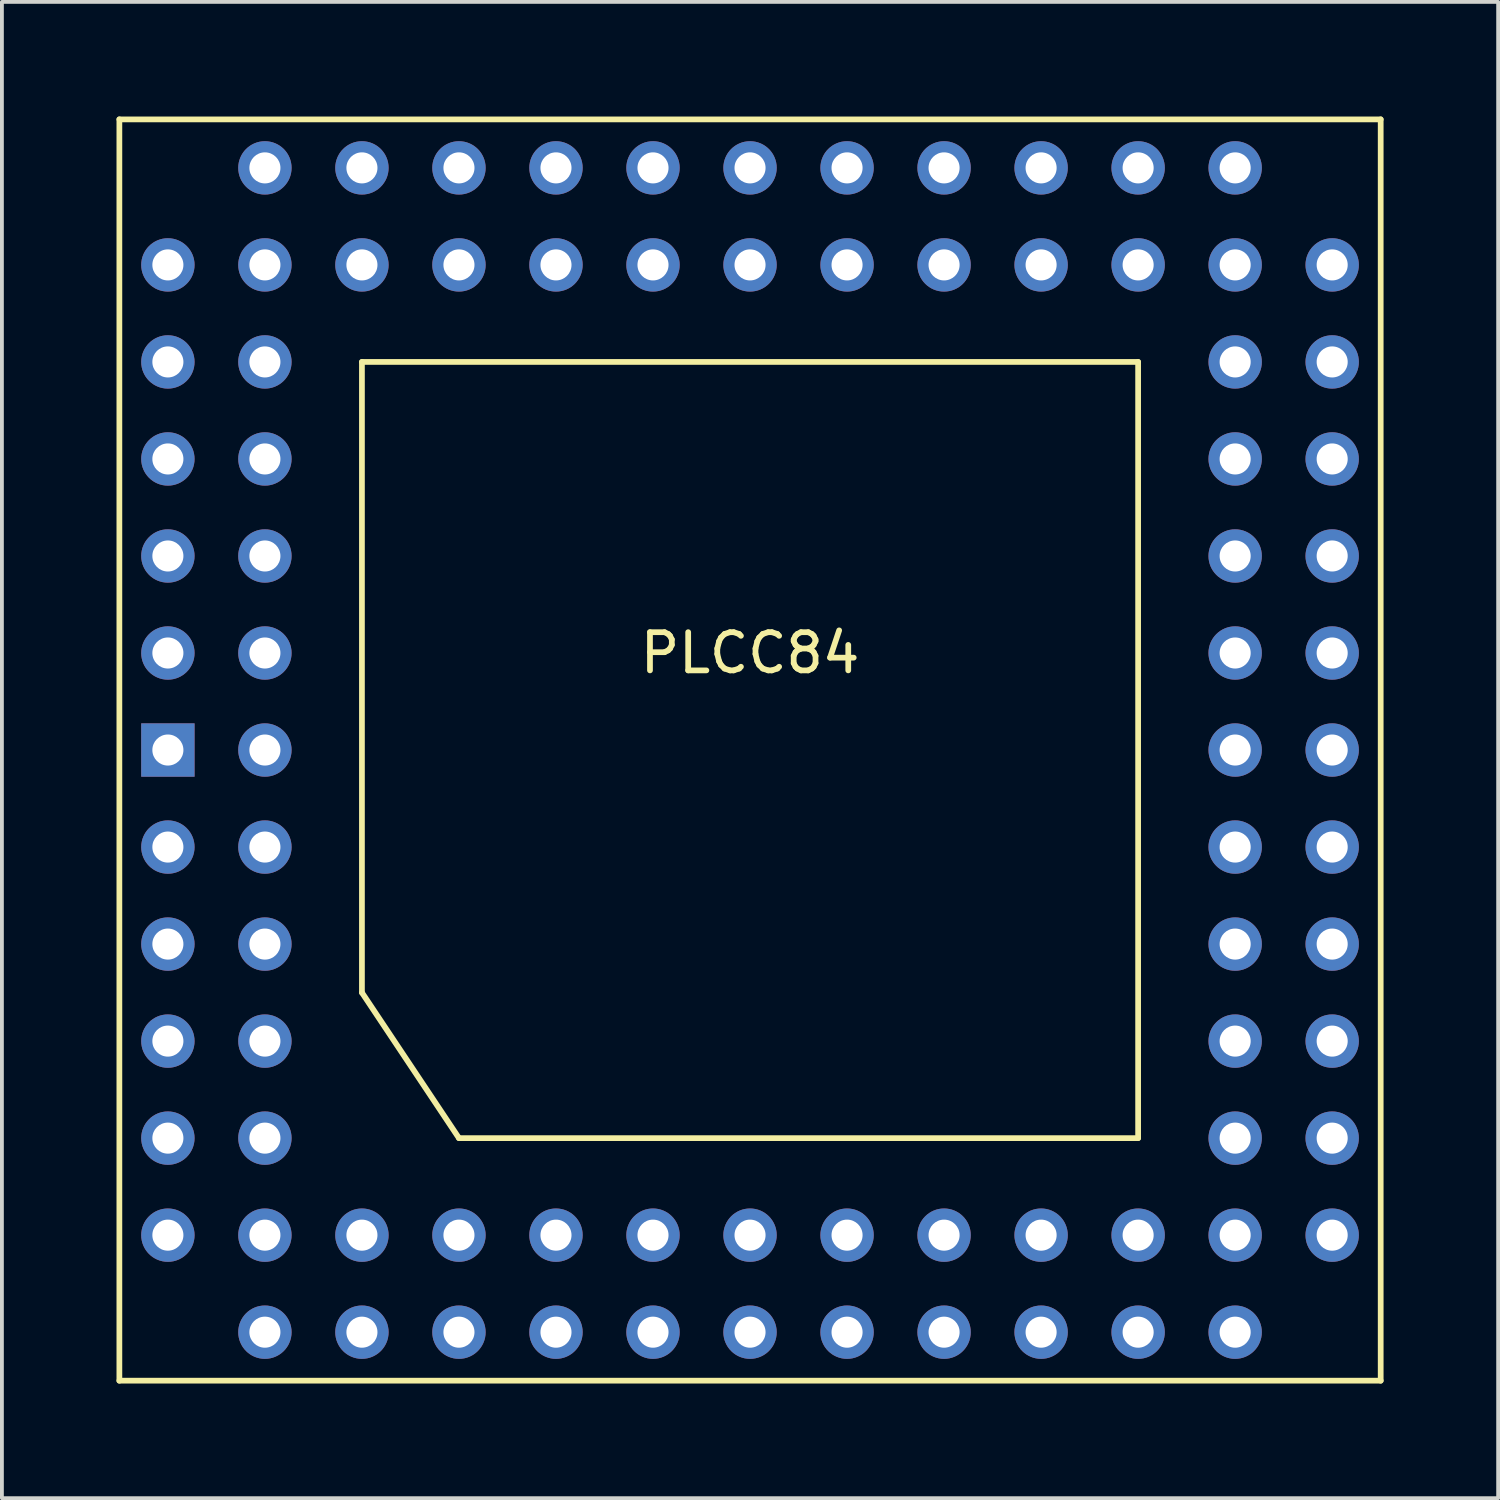
<source format=kicad_pcb>
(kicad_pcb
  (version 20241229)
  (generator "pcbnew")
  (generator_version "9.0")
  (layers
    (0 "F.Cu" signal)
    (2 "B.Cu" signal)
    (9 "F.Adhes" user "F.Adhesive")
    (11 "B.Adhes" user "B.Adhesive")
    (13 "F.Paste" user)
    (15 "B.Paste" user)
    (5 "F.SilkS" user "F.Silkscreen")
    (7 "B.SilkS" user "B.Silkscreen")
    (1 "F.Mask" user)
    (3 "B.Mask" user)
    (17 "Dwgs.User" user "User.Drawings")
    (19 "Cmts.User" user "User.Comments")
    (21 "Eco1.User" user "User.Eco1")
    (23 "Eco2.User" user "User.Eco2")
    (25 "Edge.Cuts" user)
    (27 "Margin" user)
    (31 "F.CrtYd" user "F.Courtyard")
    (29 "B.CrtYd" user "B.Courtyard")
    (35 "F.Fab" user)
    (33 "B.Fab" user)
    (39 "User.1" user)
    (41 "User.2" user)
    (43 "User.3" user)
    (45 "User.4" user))
  (footprint "PLCC84"
    (layer "F.Cu")
    (at 16.585 16.585)
    (property "Reference" "PLCC84" (at 0 -2.54 0) (layer "F.SilkS") (effects (font (size 1 1) (thickness 0.15))))
    (attr through_hole)
    (fp_line (start -16.51 -16.51) (end -16.51 16.51) (stroke (width 0.15) (type solid)) (layer "F.SilkS"))
    (fp_line (start -16.51 16.51) (end 16.51 16.51) (stroke (width 0.15) (type solid)) (layer "F.SilkS"))
    (fp_line (start -10.16 -10.16) (end -10.16 6.35) (stroke (width 0.15) (type solid)) (layer "F.SilkS"))
    (fp_line (start -10.16 6.35) (end -7.62 10.16) (stroke (width 0.15) (type solid)) (layer "F.SilkS"))
    (fp_line (start -7.62 10.16) (end 10.16 10.16) (stroke (width 0.15) (type solid)) (layer "F.SilkS"))
    (fp_line (start 10.16 -10.16) (end -10.16 -10.16) (stroke (width 0.15) (type solid)) (layer "F.SilkS"))
    (fp_line (start 10.16 10.16) (end 10.16 -10.16) (stroke (width 0.15) (type solid)) (layer "F.SilkS"))
    (fp_line (start 16.51 -16.51) (end -16.51 -16.51) (stroke (width 0.15) (type solid)) (layer "F.SilkS"))
    (fp_line (start 16.51 16.51) (end 16.51 -16.51) (stroke (width 0.15) (type solid)) (layer "F.SilkS"))
    (pad "1" thru_hole rect (at -15.24 0) (size 1.397 1.397) (drill 0.813) (layers "*.Cu" "*.Mask"))
    (pad "2" thru_hole circle (at -12.7 0) (size 1.397 1.397) (drill 0.813) (layers "*.Cu" "*.Mask"))
    (pad "3" thru_hole circle (at -15.24 2.54) (size 1.397 1.397) (drill 0.813) (layers "*.Cu" "*.Mask"))
    (pad "4" thru_hole circle (at -12.7 2.54) (size 1.397 1.397) (drill 0.813) (layers "*.Cu" "*.Mask"))
    (pad "5" thru_hole circle (at -15.24 5.08) (size 1.397 1.397) (drill 0.813) (layers "*.Cu" "*.Mask"))
    (pad "6" thru_hole circle (at -12.7 5.08) (size 1.397 1.397) (drill 0.813) (layers "*.Cu" "*.Mask"))
    (pad "7" thru_hole circle (at -15.24 7.62) (size 1.397 1.397) (drill 0.813) (layers "*.Cu" "*.Mask"))
    (pad "8" thru_hole circle (at -12.7 7.62) (size 1.397 1.397) (drill 0.813) (layers "*.Cu" "*.Mask"))
    (pad "9" thru_hole circle (at -15.24 10.16) (size 1.397 1.397) (drill 0.813) (layers "*.Cu" "*.Mask"))
    (pad "10" thru_hole circle (at -12.7 10.16) (size 1.397 1.397) (drill 0.813) (layers "*.Cu" "*.Mask"))
    (pad "11" thru_hole circle (at -15.24 12.7) (size 1.397 1.397) (drill 0.813) (layers "*.Cu" "*.Mask"))
    (pad "12" thru_hole circle (at -12.7 15.24) (size 1.397 1.397) (drill 0.813) (layers "*.Cu" "*.Mask"))
    (pad "13" thru_hole circle (at -12.7 12.7) (size 1.397 1.397) (drill 0.813) (layers "*.Cu" "*.Mask"))
    (pad "14" thru_hole circle (at -10.16 15.24) (size 1.397 1.397) (drill 0.813) (layers "*.Cu" "*.Mask"))
    (pad "15" thru_hole circle (at -10.16 12.7) (size 1.397 1.397) (drill 0.813) (layers "*.Cu" "*.Mask"))
    (pad "16" thru_hole circle (at -7.62 15.24) (size 1.397 1.397) (drill 0.813) (layers "*.Cu" "*.Mask"))
    (pad "17" thru_hole circle (at -7.62 12.7) (size 1.397 1.397) (drill 0.813) (layers "*.Cu" "*.Mask"))
    (pad "18" thru_hole circle (at -5.08 15.24) (size 1.397 1.397) (drill 0.813) (layers "*.Cu" "*.Mask"))
    (pad "19" thru_hole circle (at -5.08 12.7) (size 1.397 1.397) (drill 0.813) (layers "*.Cu" "*.Mask"))
    (pad "20" thru_hole circle (at -2.54 15.24) (size 1.397 1.397) (drill 0.813) (layers "*.Cu" "*.Mask"))
    (pad "21" thru_hole circle (at -2.54 12.7) (size 1.397 1.397) (drill 0.813) (layers "*.Cu" "*.Mask"))
    (pad "22" thru_hole circle (at 0 15.24) (size 1.397 1.397) (drill 0.813) (layers "*.Cu" "*.Mask"))
    (pad "23" thru_hole circle (at 0 12.7) (size 1.397 1.397) (drill 0.813) (layers "*.Cu" "*.Mask"))
    (pad "24" thru_hole circle (at 2.54 15.24) (size 1.397 1.397) (drill 0.813) (layers "*.Cu" "*.Mask"))
    (pad "25" thru_hole circle (at 2.54 12.7) (size 1.397 1.397) (drill 0.813) (layers "*.Cu" "*.Mask"))
    (pad "26" thru_hole circle (at 5.08 15.24) (size 1.397 1.397) (drill 0.813) (layers "*.Cu" "*.Mask"))
    (pad "27" thru_hole circle (at 5.08 12.7) (size 1.397 1.397) (drill 0.813) (layers "*.Cu" "*.Mask"))
    (pad "28" thru_hole circle (at 7.62 15.24) (size 1.397 1.397) (drill 0.813) (layers "*.Cu" "*.Mask"))
    (pad "29" thru_hole circle (at 7.62 12.7) (size 1.397 1.397) (drill 0.813) (layers "*.Cu" "*.Mask"))
    (pad "30" thru_hole circle (at 10.16 15.24) (size 1.397 1.397) (drill 0.813) (layers "*.Cu" "*.Mask"))
    (pad "31" thru_hole circle (at 10.16 12.7) (size 1.397 1.397) (drill 0.813) (layers "*.Cu" "*.Mask"))
    (pad "32" thru_hole circle (at 12.7 15.24) (size 1.397 1.397) (drill 0.813) (layers "*.Cu" "*.Mask"))
    (pad "33" thru_hole circle (at 15.24 12.7) (size 1.397 1.397) (drill 0.813) (layers "*.Cu" "*.Mask"))
    (pad "34" thru_hole circle (at 12.7 12.7) (size 1.397 1.397) (drill 0.813) (layers "*.Cu" "*.Mask"))
    (pad "35" thru_hole circle (at 15.24 10.16) (size 1.397 1.397) (drill 0.813) (layers "*.Cu" "*.Mask"))
    (pad "36" thru_hole circle (at 12.7 10.16) (size 1.397 1.397) (drill 0.813) (layers "*.Cu" "*.Mask"))
    (pad "37" thru_hole circle (at 15.24 7.62) (size 1.397 1.397) (drill 0.813) (layers "*.Cu" "*.Mask"))
    (pad "38" thru_hole circle (at 12.7 7.62) (size 1.397 1.397) (drill 0.813) (layers "*.Cu" "*.Mask"))
    (pad "39" thru_hole circle (at 15.24 5.08) (size 1.397 1.397) (drill 0.813) (layers "*.Cu" "*.Mask"))
    (pad "40" thru_hole circle (at 12.7 5.08) (size 1.397 1.397) (drill 0.813) (layers "*.Cu" "*.Mask"))
    (pad "41" thru_hole circle (at 15.24 2.54) (size 1.397 1.397) (drill 0.813) (layers "*.Cu" "*.Mask"))
    (pad "42" thru_hole circle (at 12.7 2.54) (size 1.397 1.397) (drill 0.813) (layers "*.Cu" "*.Mask"))
    (pad "43" thru_hole circle (at 15.24 0) (size 1.397 1.397) (drill 0.813) (layers "*.Cu" "*.Mask"))
    (pad "44" thru_hole circle (at 12.7 0) (size 1.397 1.397) (drill 0.813) (layers "*.Cu" "*.Mask"))
    (pad "45" thru_hole circle (at 15.24 -2.54) (size 1.397 1.397) (drill 0.813) (layers "*.Cu" "*.Mask"))
    (pad "46" thru_hole circle (at 12.7 -2.54) (size 1.397 1.397) (drill 0.813) (layers "*.Cu" "*.Mask"))
    (pad "47" thru_hole circle (at 15.24 -5.08) (size 1.397 1.397) (drill 0.813) (layers "*.Cu" "*.Mask"))
    (pad "48" thru_hole circle (at 12.7 -5.08) (size 1.397 1.397) (drill 0.813) (layers "*.Cu" "*.Mask"))
    (pad "49" thru_hole circle (at 15.24 -7.62) (size 1.397 1.397) (drill 0.813) (layers "*.Cu" "*.Mask"))
    (pad "50" thru_hole circle (at 12.7 -7.62) (size 1.397 1.397) (drill 0.813) (layers "*.Cu" "*.Mask"))
    (pad "51" thru_hole circle (at 15.24 -10.16) (size 1.397 1.397) (drill 0.813) (layers "*.Cu" "*.Mask"))
    (pad "52" thru_hole circle (at 12.7 -10.16) (size 1.397 1.397) (drill 0.813) (layers "*.Cu" "*.Mask"))
    (pad "53" thru_hole circle (at 15.24 -12.7) (size 1.397 1.397) (drill 0.813) (layers "*.Cu" "*.Mask"))
    (pad "54" thru_hole circle (at 12.7 -15.24) (size 1.397 1.397) (drill 0.813) (layers "*.Cu" "*.Mask"))
    (pad "55" thru_hole circle (at 12.7 -12.7) (size 1.397 1.397) (drill 0.813) (layers "*.Cu" "*.Mask"))
    (pad "56" thru_hole circle (at 10.16 -15.24) (size 1.397 1.397) (drill 0.813) (layers "*.Cu" "*.Mask"))
    (pad "57" thru_hole circle (at 10.16 -12.7) (size 1.397 1.397) (drill 0.813) (layers "*.Cu" "*.Mask"))
    (pad "58" thru_hole circle (at 7.62 -15.24) (size 1.397 1.397) (drill 0.813) (layers "*.Cu" "*.Mask"))
    (pad "59" thru_hole circle (at 7.62 -12.7) (size 1.397 1.397) (drill 0.813) (layers "*.Cu" "*.Mask"))
    (pad "60" thru_hole circle (at 5.08 -15.24) (size 1.397 1.397) (drill 0.813) (layers "*.Cu" "*.Mask"))
    (pad "61" thru_hole circle (at 5.08 -12.7) (size 1.397 1.397) (drill 0.813) (layers "*.Cu" "*.Mask"))
    (pad "62" thru_hole circle (at 2.54 -15.24) (size 1.397 1.397) (drill 0.813) (layers "*.Cu" "*.Mask"))
    (pad "63" thru_hole circle (at 2.54 -12.7) (size 1.397 1.397) (drill 0.813) (layers "*.Cu" "*.Mask"))
    (pad "64" thru_hole circle (at 0 -15.24) (size 1.397 1.397) (drill 0.813) (layers "*.Cu" "*.Mask"))
    (pad "65" thru_hole circle (at 0 -12.7) (size 1.397 1.397) (drill 0.813) (layers "*.Cu" "*.Mask"))
    (pad "66" thru_hole circle (at -2.54 -15.24) (size 1.397 1.397) (drill 0.813) (layers "*.Cu" "*.Mask"))
    (pad "67" thru_hole circle (at -2.54 -12.7) (size 1.397 1.397) (drill 0.813) (layers "*.Cu" "*.Mask"))
    (pad "68" thru_hole circle (at -5.08 -15.24) (size 1.397 1.397) (drill 0.813) (layers "*.Cu" "*.Mask"))
    (pad "69" thru_hole circle (at -5.08 -12.7) (size 1.397 1.397) (drill 0.813) (layers "*.Cu" "*.Mask"))
    (pad "70" thru_hole circle (at -7.62 -15.24) (size 1.397 1.397) (drill 0.813) (layers "*.Cu" "*.Mask"))
    (pad "71" thru_hole circle (at -7.62 -12.7) (size 1.397 1.397) (drill 0.813) (layers "*.Cu" "*.Mask"))
    (pad "72" thru_hole circle (at -10.16 -15.24) (size 1.397 1.397) (drill 0.813) (layers "*.Cu" "*.Mask"))
    (pad "73" thru_hole circle (at -10.16 -12.7) (size 1.397 1.397) (drill 0.813) (layers "*.Cu" "*.Mask"))
    (pad "74" thru_hole circle (at -12.7 -15.24) (size 1.397 1.397) (drill 0.813) (layers "*.Cu" "*.Mask"))
    (pad "75" thru_hole circle (at -15.24 -12.7) (size 1.397 1.397) (drill 0.813) (layers "*.Cu" "*.Mask"))
    (pad "76" thru_hole circle (at -12.7 -12.7) (size 1.397 1.397) (drill 0.813) (layers "*.Cu" "*.Mask"))
    (pad "77" thru_hole circle (at -15.24 -10.16) (size 1.397 1.397) (drill 0.813) (layers "*.Cu" "*.Mask"))
    (pad "78" thru_hole circle (at -12.7 -10.16) (size 1.397 1.397) (drill 0.813) (layers "*.Cu" "*.Mask"))
    (pad "79" thru_hole circle (at -15.24 -7.62) (size 1.397 1.397) (drill 0.813) (layers "*.Cu" "*.Mask"))
    (pad "80" thru_hole circle (at -12.7 -7.62) (size 1.397 1.397) (drill 0.813) (layers "*.Cu" "*.Mask"))
    (pad "81" thru_hole circle (at -15.24 -5.08) (size 1.397 1.397) (drill 0.813) (layers "*.Cu" "*.Mask"))
    (pad "82" thru_hole circle (at -12.7 -5.08) (size 1.397 1.397) (drill 0.813) (layers "*.Cu" "*.Mask"))
    (pad "83" thru_hole circle (at -15.24 -2.54) (size 1.397 1.397) (drill 0.813) (layers "*.Cu" "*.Mask"))
    (pad "84" thru_hole circle (at -12.7 -2.54) (size 1.397 1.397) (drill 0.813) (layers "*.Cu" "*.Mask")))
  (gr_rect
    (start -3 -3)
    (end 36.17 36.17)
    (stroke (width 0.1) (type default))
    (fill no)
    (layer "Edge.Cuts")))
</source>
